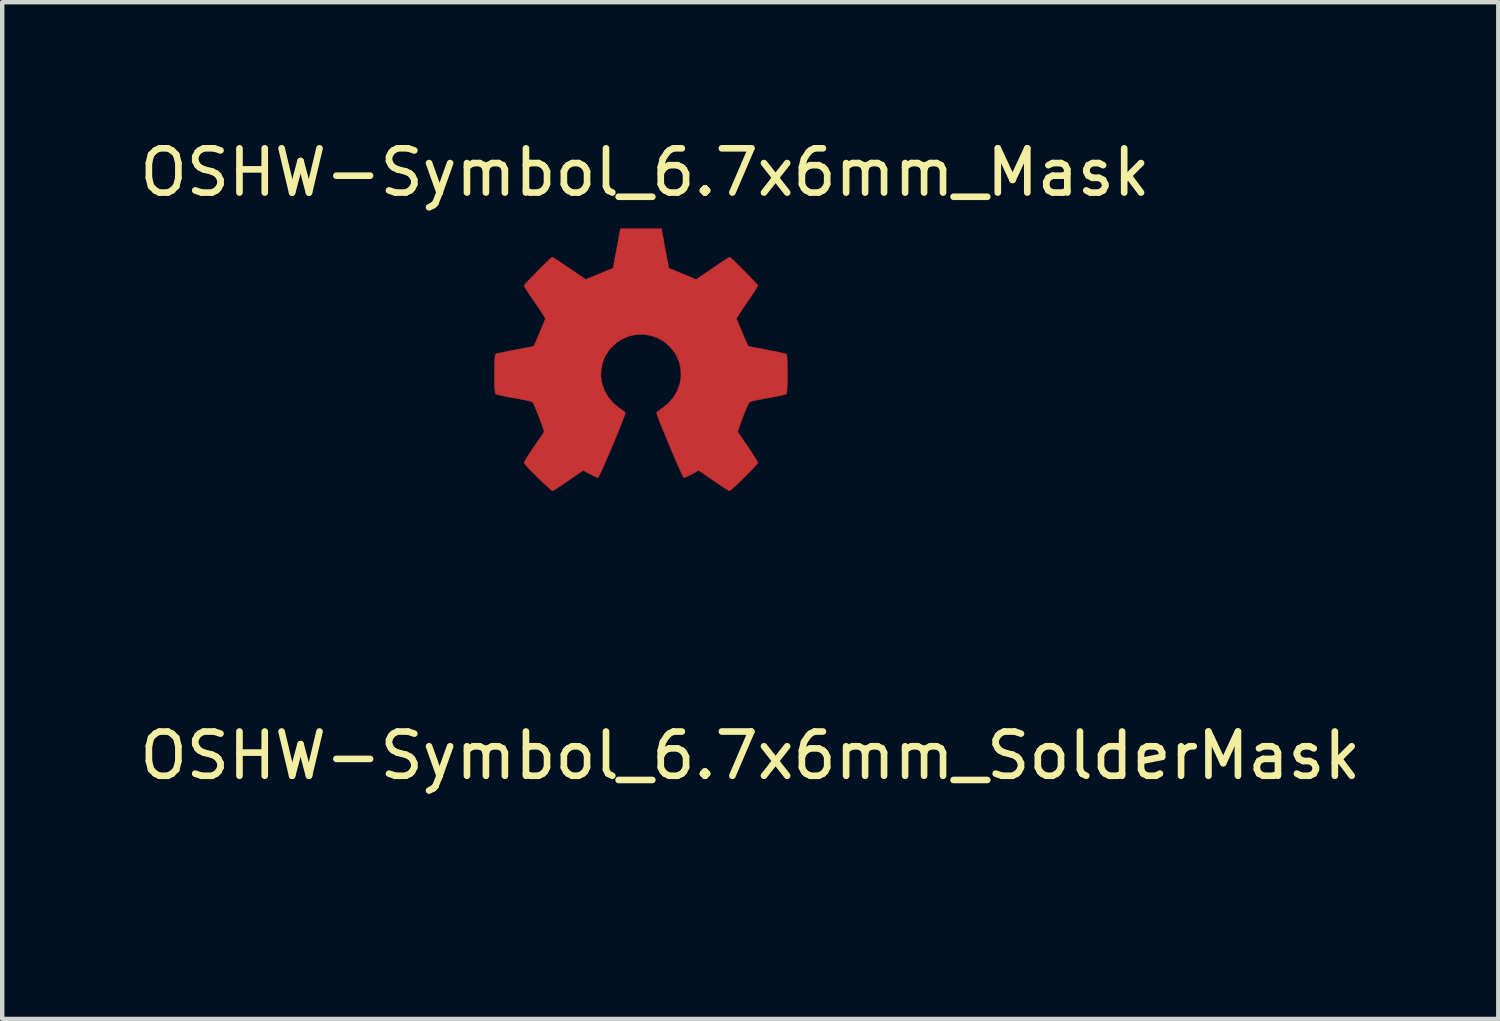
<source format=kicad_pcb>
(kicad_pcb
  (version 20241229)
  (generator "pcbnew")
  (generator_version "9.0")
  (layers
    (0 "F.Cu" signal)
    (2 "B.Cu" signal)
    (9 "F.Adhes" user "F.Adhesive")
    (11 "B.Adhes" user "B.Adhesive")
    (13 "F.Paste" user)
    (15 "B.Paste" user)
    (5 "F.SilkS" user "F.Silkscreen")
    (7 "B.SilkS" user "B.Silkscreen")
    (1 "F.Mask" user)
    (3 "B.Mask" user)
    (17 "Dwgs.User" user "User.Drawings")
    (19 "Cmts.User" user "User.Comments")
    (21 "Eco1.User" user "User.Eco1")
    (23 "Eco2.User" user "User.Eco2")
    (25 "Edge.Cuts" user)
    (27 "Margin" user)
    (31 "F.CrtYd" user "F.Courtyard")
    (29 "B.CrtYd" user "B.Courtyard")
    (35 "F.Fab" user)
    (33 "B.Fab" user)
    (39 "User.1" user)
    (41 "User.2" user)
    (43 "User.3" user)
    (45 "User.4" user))
  (footprint "OSHW-Symbol_6.7x6mm_Mask"
    (layer "F.Cu")
    (at 11.43 5.098)
    (property "Reference" "OSHW-Symbol_6.7x6mm_Mask" (at 0.1 -4.25 0) (layer "F.SilkS") (effects (font (size 1 1) (thickness 0.15))))
    (attr exclude_from_pos_files exclude_from_bom)
    (fp_poly (pts (xy 0.556 -2.531) (xy 0.64 -2.086) (xy 0.949 -1.959) (xy 1.258 -1.831) (xy 1.629 -2.084) (xy 1.733 -2.154) (xy 1.827 -2.217) (xy 1.907 -2.269) (xy 1.967 -2.308) (xy 2.005 -2.331) (xy 2.015 -2.336) (xy 2.034 -2.323) (xy 2.073 -2.288) (xy 2.13 -2.235) (xy 2.198 -2.168) (xy 2.274 -2.093) (xy 2.353 -2.013) (xy 2.431 -1.932) (xy 2.504 -1.857) (xy 2.567 -1.79) (xy 2.615 -1.737) (xy 2.644 -1.702) (xy 2.651 -1.69) (xy 2.641 -1.669) (xy 2.613 -1.621) (xy 2.569 -1.553) (xy 2.513 -1.468) (xy 2.448 -1.371) (xy 2.41 -1.316) (xy 2.341 -1.215) (xy 2.28 -1.124) (xy 2.23 -1.047) (xy 2.193 -0.989) (xy 2.172 -0.955) (xy 2.169 -0.948) (xy 2.176 -0.927) (xy 2.195 -0.879) (xy 2.223 -0.811) (xy 2.257 -0.729) (xy 2.295 -0.64) (xy 2.333 -0.55) (xy 2.369 -0.467) (xy 2.4 -0.396) (xy 2.423 -0.346) (xy 2.435 -0.322) (xy 2.436 -0.321) (xy 2.455 -0.316) (xy 2.505 -0.306) (xy 2.581 -0.291) (xy 2.678 -0.272) (xy 2.791 -0.251) (xy 2.856 -0.239) (xy 2.977 -0.216) (xy 3.086 -0.194) (xy 3.177 -0.174) (xy 3.246 -0.158) (xy 3.287 -0.147) (xy 3.296 -0.143) (xy 3.304 -0.119) (xy 3.31 -0.064) (xy 3.315 0.015) (xy 3.318 0.112) (xy 3.32 0.22) (xy 3.321 0.333) (xy 3.319 0.445) (xy 3.317 0.549) (xy 3.312 0.638) (xy 3.307 0.707) (xy 3.299 0.748) (xy 3.295 0.757) (xy 3.269 0.767) (xy 3.213 0.782) (xy 3.136 0.799) (xy 3.044 0.818) (xy 3.012 0.824) (xy 2.858 0.852) (xy 2.735 0.875) (xy 2.642 0.893) (xy 2.572 0.908) (xy 2.523 0.919) (xy 2.491 0.929) (xy 2.471 0.938) (xy 2.459 0.947) (xy 2.457 0.948) (xy 2.44 0.976) (xy 2.415 1.031) (xy 2.383 1.105) (xy 2.347 1.192) (xy 2.311 1.286) (xy 2.275 1.379) (xy 2.244 1.466) (xy 2.219 1.539) (xy 2.203 1.592) (xy 2.199 1.618) (xy 2.2 1.619) (xy 2.214 1.64) (xy 2.245 1.687) (xy 2.291 1.755) (xy 2.349 1.838) (xy 2.413 1.933) (xy 2.432 1.96) (xy 2.498 2.057) (xy 2.556 2.146) (xy 2.603 2.221) (xy 2.635 2.278) (xy 2.651 2.311) (xy 2.651 2.315) (xy 2.638 2.336) (xy 2.603 2.377) (xy 2.549 2.435) (xy 2.482 2.505) (xy 2.406 2.582) (xy 2.326 2.662) (xy 2.245 2.74) (xy 2.17 2.811) (xy 2.103 2.872) (xy 2.051 2.918) (xy 2.017 2.944) (xy 2.008 2.948) (xy 1.986 2.938) (xy 1.941 2.911) (xy 1.88 2.872) (xy 1.834 2.84) (xy 1.749 2.782) (xy 1.65 2.714) (xy 1.549 2.646) (xy 1.496 2.609) (xy 1.313 2.486) (xy 1.16 2.569) (xy 1.091 2.605) (xy 1.031 2.633) (xy 0.991 2.649) (xy 0.981 2.651) (xy 0.969 2.635) (xy 0.945 2.588) (xy 0.91 2.516) (xy 0.868 2.422) (xy 0.818 2.31) (xy 0.764 2.186) (xy 0.708 2.053) (xy 0.65 1.916) (xy 0.593 1.779) (xy 0.538 1.646) (xy 0.488 1.522) (xy 0.443 1.411) (xy 0.407 1.317) (xy 0.381 1.244) (xy 0.366 1.197) (xy 0.363 1.181) (xy 0.382 1.16) (xy 0.424 1.127) (xy 0.48 1.088) (xy 0.484 1.085) (xy 0.628 0.969) (xy 0.744 0.835) (xy 0.831 0.686) (xy 0.889 0.526) (xy 0.915 0.36) (xy 0.91 0.192) (xy 0.871 0.026) (xy 0.799 -0.134) (xy 0.778 -0.169) (xy 0.667 -0.309) (xy 0.536 -0.422) (xy 0.39 -0.507) (xy 0.233 -0.563) (xy 0.069 -0.589) (xy -0.097 -0.585) (xy -0.26 -0.551) (xy -0.416 -0.485) (xy -0.56 -0.388) (xy -0.605 -0.348) (xy -0.719 -0.224) (xy -0.802 -0.094) (xy -0.859 0.052) (xy -0.89 0.197) (xy -0.898 0.36) (xy -0.872 0.523) (xy -0.815 0.682) (xy -0.729 0.831) (xy -0.617 0.964) (xy -0.482 1.075) (xy -0.464 1.087) (xy -0.408 1.126) (xy -0.365 1.159) (xy -0.345 1.18) (xy -0.344 1.181) (xy -0.349 1.204) (xy -0.366 1.256) (xy -0.395 1.333) (xy -0.433 1.431) (xy -0.478 1.545) (xy -0.53 1.672) (xy -0.585 1.806) (xy -0.643 1.943) (xy -0.7 2.08) (xy -0.757 2.211) (xy -0.81 2.333) (xy -0.858 2.441) (xy -0.899 2.532) (xy -0.932 2.599) (xy -0.954 2.64) (xy -0.963 2.651) (xy -0.99 2.643) (xy -1.04 2.62) (xy -1.106 2.588) (xy -1.142 2.569) (xy -1.295 2.486) (xy -1.477 2.609) (xy -1.57 2.672) (xy -1.672 2.742) (xy -1.767 2.807) (xy -1.815 2.84) (xy -1.882 2.885) (xy -1.939 2.921) (xy -1.979 2.943) (xy -1.991 2.948) (xy -2.01 2.935) (xy -2.051 2.9) (xy -2.11 2.847) (xy -2.185 2.778) (xy -2.269 2.698) (xy -2.323 2.646) (xy -2.416 2.554) (xy -2.497 2.472) (xy -2.562 2.403) (xy -2.608 2.351) (xy -2.631 2.319) (xy -2.633 2.312) (xy -2.623 2.287) (xy -2.594 2.237) (xy -2.551 2.167) (xy -2.496 2.082) (xy -2.432 1.986) (xy -2.413 1.96) (xy -2.347 1.863) (xy -2.287 1.776) (xy -2.238 1.704) (xy -2.202 1.65) (xy -2.183 1.622) (xy -2.181 1.619) (xy -2.184 1.596) (xy -2.199 1.545) (xy -2.223 1.474) (xy -2.253 1.389) (xy -2.288 1.296) (xy -2.325 1.202) (xy -2.361 1.113) (xy -2.393 1.038) (xy -2.419 0.981) (xy -2.437 0.95) (xy -2.438 0.948) (xy -2.449 0.94) (xy -2.468 0.931) (xy -2.498 0.921) (xy -2.543 0.91) (xy -2.608 0.896) (xy -2.697 0.879) (xy -2.813 0.857) (xy -2.962 0.83) (xy -2.994 0.824) (xy -3.089 0.805) (xy -3.172 0.787) (xy -3.235 0.772) (xy -3.271 0.76) (xy -3.276 0.757) (xy -3.284 0.732) (xy -3.291 0.677) (xy -3.296 0.597) (xy -3.3 0.5) (xy -3.302 0.392) (xy -3.302 0.279) (xy -3.301 0.167) (xy -3.298 0.064) (xy -3.294 -0.026) (xy -3.289 -0.094) (xy -3.281 -0.135) (xy -3.277 -0.143) (xy -3.253 -0.152) (xy -3.197 -0.166) (xy -3.117 -0.183) (xy -3.016 -0.204) (xy -2.901 -0.227) (xy -2.838 -0.239) (xy -2.719 -0.261) (xy -2.613 -0.281) (xy -2.524 -0.298) (xy -2.46 -0.311) (xy -2.423 -0.319) (xy -2.417 -0.321) (xy -2.407 -0.34) (xy -2.386 -0.387) (xy -2.356 -0.455) (xy -2.32 -0.537) (xy -2.282 -0.626) (xy -2.244 -0.716) (xy -2.209 -0.8) (xy -2.18 -0.871) (xy -2.16 -0.922) (xy -2.151 -0.948) (xy -2.151 -0.949) (xy -2.161 -0.968) (xy -2.189 -1.014) (xy -2.233 -1.081) (xy -2.289 -1.165) (xy -2.354 -1.261) (xy -2.392 -1.316) (xy -2.461 -1.418) (xy -2.522 -1.509) (xy -2.573 -1.587) (xy -2.61 -1.647) (xy -2.63 -1.683) (xy -2.633 -1.691) (xy -2.62 -1.709) (xy -2.585 -1.75) (xy -2.533 -1.807) (xy -2.467 -1.876) (xy -2.393 -1.953) (xy -2.314 -2.033) (xy -2.235 -2.113) (xy -2.16 -2.187) (xy -2.095 -2.25) (xy -2.043 -2.299) (xy -2.008 -2.329) (xy -1.996 -2.336) (xy -1.978 -2.326) (xy -1.933 -2.298) (xy -1.866 -2.255) (xy -1.781 -2.199) (xy -1.684 -2.133) (xy -1.611 -2.084) (xy -1.24 -1.831) (xy -0.621 -2.086) (xy -0.537 -2.531) (xy -0.453 -2.976) (xy 0.472 -2.976) (xy 0.556 -2.531)) (stroke (width 0.01) (type solid)) (fill yes) (layer "F.Cu")))
  (footprint "OSHW-Symbol_6.7x6mm_SolderMask"
    (layer "F.Cu")
    (at 13.911 14.032)
    (property "Reference" "OSHW-Symbol_6.7x6mm_SolderMask" (at 0 0 0) (layer "F.SilkS") (effects (font (size 1 1) (thickness 0.15))))
    (attr exclude_from_pos_files exclude_from_bom)
    (fp_poly (pts (xy 0.556 -2.531) (xy 0.64 -2.086) (xy 0.949 -1.959) (xy 1.258 -1.831) (xy 1.629 -2.084) (xy 1.733 -2.154) (xy 1.827 -2.217) (xy 1.907 -2.269) (xy 1.967 -2.308) (xy 2.005 -2.331) (xy 2.015 -2.336) (xy 2.034 -2.323) (xy 2.073 -2.288) (xy 2.13 -2.235) (xy 2.198 -2.168) (xy 2.274 -2.093) (xy 2.353 -2.013) (xy 2.431 -1.932) (xy 2.504 -1.857) (xy 2.567 -1.79) (xy 2.615 -1.737) (xy 2.644 -1.702) (xy 2.651 -1.69) (xy 2.641 -1.669) (xy 2.613 -1.621) (xy 2.569 -1.553) (xy 2.513 -1.468) (xy 2.448 -1.371) (xy 2.41 -1.316) (xy 2.341 -1.215) (xy 2.28 -1.124) (xy 2.23 -1.047) (xy 2.193 -0.989) (xy 2.172 -0.955) (xy 2.169 -0.948) (xy 2.176 -0.927) (xy 2.195 -0.879) (xy 2.223 -0.811) (xy 2.257 -0.729) (xy 2.295 -0.64) (xy 2.333 -0.55) (xy 2.369 -0.467) (xy 2.4 -0.396) (xy 2.423 -0.346) (xy 2.435 -0.322) (xy 2.436 -0.321) (xy 2.455 -0.316) (xy 2.505 -0.306) (xy 2.581 -0.291) (xy 2.678 -0.272) (xy 2.791 -0.251) (xy 2.856 -0.239) (xy 2.977 -0.216) (xy 3.086 -0.194) (xy 3.177 -0.174) (xy 3.246 -0.158) (xy 3.287 -0.147) (xy 3.296 -0.143) (xy 3.304 -0.119) (xy 3.31 -0.064) (xy 3.315 0.015) (xy 3.318 0.112) (xy 3.32 0.22) (xy 3.321 0.333) (xy 3.319 0.445) (xy 3.317 0.549) (xy 3.312 0.638) (xy 3.307 0.707) (xy 3.299 0.748) (xy 3.295 0.757) (xy 3.269 0.767) (xy 3.213 0.782) (xy 3.136 0.799) (xy 3.044 0.818) (xy 3.012 0.824) (xy 2.858 0.852) (xy 2.735 0.875) (xy 2.642 0.893) (xy 2.572 0.908) (xy 2.523 0.919) (xy 2.491 0.929) (xy 2.471 0.938) (xy 2.459 0.947) (xy 2.457 0.948) (xy 2.44 0.976) (xy 2.415 1.031) (xy 2.383 1.105) (xy 2.347 1.192) (xy 2.311 1.286) (xy 2.275 1.379) (xy 2.244 1.466) (xy 2.219 1.539) (xy 2.203 1.592) (xy 2.199 1.618) (xy 2.2 1.619) (xy 2.214 1.64) (xy 2.245 1.687) (xy 2.291 1.755) (xy 2.349 1.838) (xy 2.413 1.933) (xy 2.432 1.96) (xy 2.498 2.057) (xy 2.556 2.146) (xy 2.603 2.221) (xy 2.635 2.278) (xy 2.651 2.311) (xy 2.651 2.315) (xy 2.638 2.336) (xy 2.603 2.377) (xy 2.549 2.435) (xy 2.482 2.505) (xy 2.406 2.582) (xy 2.326 2.662) (xy 2.245 2.74) (xy 2.17 2.811) (xy 2.103 2.872) (xy 2.051 2.918) (xy 2.017 2.944) (xy 2.008 2.948) (xy 1.986 2.938) (xy 1.941 2.911) (xy 1.88 2.872) (xy 1.834 2.84) (xy 1.749 2.782) (xy 1.65 2.714) (xy 1.549 2.646) (xy 1.496 2.609) (xy 1.313 2.486) (xy 1.16 2.569) (xy 1.091 2.605) (xy 1.031 2.633) (xy 0.991 2.649) (xy 0.981 2.651) (xy 0.969 2.635) (xy 0.945 2.588) (xy 0.91 2.516) (xy 0.868 2.422) (xy 0.818 2.31) (xy 0.764 2.186) (xy 0.708 2.053) (xy 0.65 1.916) (xy 0.593 1.779) (xy 0.538 1.646) (xy 0.488 1.522) (xy 0.443 1.411) (xy 0.407 1.317) (xy 0.381 1.244) (xy 0.366 1.197) (xy 0.363 1.181) (xy 0.382 1.16) (xy 0.424 1.127) (xy 0.48 1.088) (xy 0.484 1.085) (xy 0.628 0.969) (xy 0.744 0.835) (xy 0.831 0.686) (xy 0.889 0.526) (xy 0.915 0.36) (xy 0.91 0.192) (xy 0.871 0.026) (xy 0.799 -0.134) (xy 0.778 -0.169) (xy 0.667 -0.309) (xy 0.536 -0.422) (xy 0.39 -0.507) (xy 0.233 -0.563) (xy 0.069 -0.589) (xy -0.097 -0.585) (xy -0.26 -0.551) (xy -0.416 -0.485) (xy -0.56 -0.388) (xy -0.605 -0.348) (xy -0.719 -0.224) (xy -0.802 -0.094) (xy -0.859 0.052) (xy -0.89 0.197) (xy -0.898 0.36) (xy -0.872 0.523) (xy -0.815 0.682) (xy -0.729 0.831) (xy -0.617 0.964) (xy -0.482 1.075) (xy -0.464 1.087) (xy -0.408 1.126) (xy -0.365 1.159) (xy -0.345 1.18) (xy -0.344 1.181) (xy -0.349 1.204) (xy -0.366 1.256) (xy -0.395 1.333) (xy -0.433 1.431) (xy -0.478 1.545) (xy -0.53 1.672) (xy -0.585 1.806) (xy -0.643 1.943) (xy -0.7 2.08) (xy -0.757 2.211) (xy -0.81 2.333) (xy -0.858 2.441) (xy -0.899 2.532) (xy -0.932 2.599) (xy -0.954 2.64) (xy -0.963 2.651) (xy -0.99 2.643) (xy -1.04 2.62) (xy -1.106 2.588) (xy -1.142 2.569) (xy -1.295 2.486) (xy -1.477 2.609) (xy -1.57 2.672) (xy -1.672 2.742) (xy -1.767 2.807) (xy -1.815 2.84) (xy -1.882 2.885) (xy -1.939 2.921) (xy -1.979 2.943) (xy -1.991 2.948) (xy -2.01 2.935) (xy -2.051 2.9) (xy -2.11 2.847) (xy -2.185 2.778) (xy -2.269 2.698) (xy -2.323 2.646) (xy -2.416 2.554) (xy -2.497 2.472) (xy -2.562 2.403) (xy -2.608 2.351) (xy -2.631 2.319) (xy -2.633 2.312) (xy -2.623 2.287) (xy -2.594 2.237) (xy -2.551 2.167) (xy -2.496 2.082) (xy -2.432 1.986) (xy -2.413 1.96) (xy -2.347 1.863) (xy -2.287 1.776) (xy -2.238 1.704) (xy -2.202 1.65) (xy -2.183 1.622) (xy -2.181 1.619) (xy -2.184 1.596) (xy -2.199 1.545) (xy -2.223 1.474) (xy -2.253 1.389) (xy -2.288 1.296) (xy -2.325 1.202) (xy -2.361 1.113) (xy -2.393 1.038) (xy -2.419 0.981) (xy -2.437 0.95) (xy -2.438 0.948) (xy -2.449 0.94) (xy -2.468 0.931) (xy -2.498 0.921) (xy -2.543 0.91) (xy -2.608 0.896) (xy -2.697 0.879) (xy -2.813 0.857) (xy -2.962 0.83) (xy -2.994 0.824) (xy -3.089 0.805) (xy -3.172 0.787) (xy -3.235 0.772) (xy -3.271 0.76) (xy -3.276 0.757) (xy -3.284 0.732) (xy -3.291 0.677) (xy -3.296 0.597) (xy -3.3 0.5) (xy -3.302 0.392) (xy -3.302 0.279) (xy -3.301 0.167) (xy -3.298 0.064) (xy -3.294 -0.026) (xy -3.289 -0.094) (xy -3.281 -0.135) (xy -3.277 -0.143) (xy -3.253 -0.152) (xy -3.197 -0.166) (xy -3.117 -0.183) (xy -3.016 -0.204) (xy -2.901 -0.227) (xy -2.838 -0.239) (xy -2.719 -0.261) (xy -2.613 -0.281) (xy -2.524 -0.298) (xy -2.46 -0.311) (xy -2.423 -0.319) (xy -2.417 -0.321) (xy -2.407 -0.34) (xy -2.386 -0.387) (xy -2.356 -0.455) (xy -2.32 -0.537) (xy -2.282 -0.626) (xy -2.244 -0.716) (xy -2.209 -0.8) (xy -2.18 -0.871) (xy -2.16 -0.922) (xy -2.151 -0.948) (xy -2.151 -0.949) (xy -2.161 -0.968) (xy -2.189 -1.014) (xy -2.233 -1.081) (xy -2.289 -1.165) (xy -2.354 -1.261) (xy -2.392 -1.316) (xy -2.461 -1.418) (xy -2.522 -1.509) (xy -2.573 -1.587) (xy -2.61 -1.647) (xy -2.63 -1.683) (xy -2.633 -1.691) (xy -2.62 -1.709) (xy -2.585 -1.75) (xy -2.533 -1.807) (xy -2.467 -1.876) (xy -2.393 -1.953) (xy -2.314 -2.033) (xy -2.235 -2.113) (xy -2.16 -2.187) (xy -2.095 -2.25) (xy -2.043 -2.299) (xy -2.008 -2.329) (xy -1.996 -2.336) (xy -1.978 -2.326) (xy -1.933 -2.298) (xy -1.866 -2.255) (xy -1.781 -2.199) (xy -1.684 -2.133) (xy -1.611 -2.084) (xy -1.24 -1.831) (xy -0.621 -2.086) (xy -0.537 -2.531) (xy -0.453 -2.976) (xy 0.472 -2.976) (xy 0.556 -2.531)) (stroke (width 0.01) (type solid)) (fill yes) (layer "F.Mask")))
  (gr_rect
    (start -3 -3)
    (end 30.821 19.985)
    (stroke (width 0.1) (type default))
    (fill no)
    (layer "Edge.Cuts")))
</source>
